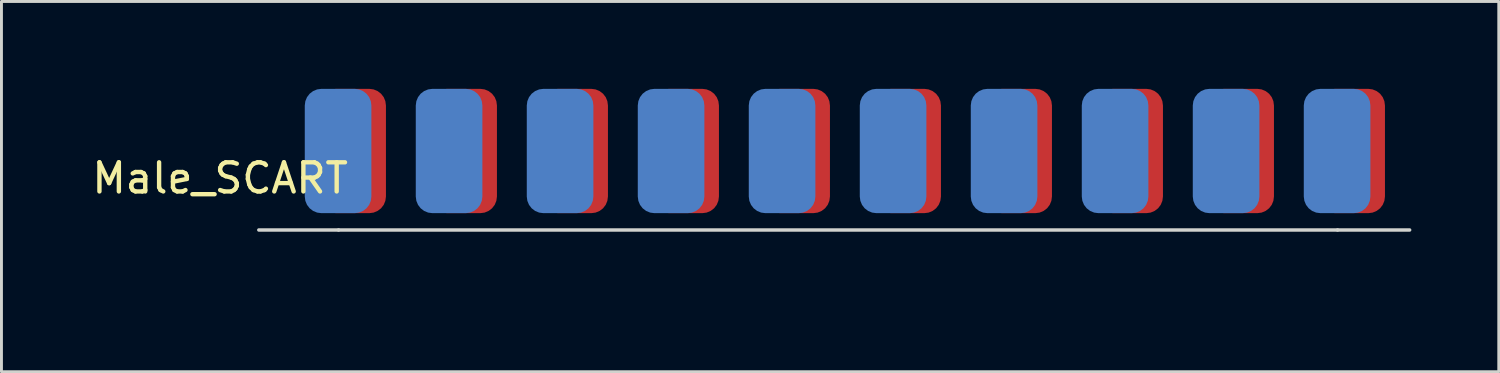
<source format=kicad_pcb>
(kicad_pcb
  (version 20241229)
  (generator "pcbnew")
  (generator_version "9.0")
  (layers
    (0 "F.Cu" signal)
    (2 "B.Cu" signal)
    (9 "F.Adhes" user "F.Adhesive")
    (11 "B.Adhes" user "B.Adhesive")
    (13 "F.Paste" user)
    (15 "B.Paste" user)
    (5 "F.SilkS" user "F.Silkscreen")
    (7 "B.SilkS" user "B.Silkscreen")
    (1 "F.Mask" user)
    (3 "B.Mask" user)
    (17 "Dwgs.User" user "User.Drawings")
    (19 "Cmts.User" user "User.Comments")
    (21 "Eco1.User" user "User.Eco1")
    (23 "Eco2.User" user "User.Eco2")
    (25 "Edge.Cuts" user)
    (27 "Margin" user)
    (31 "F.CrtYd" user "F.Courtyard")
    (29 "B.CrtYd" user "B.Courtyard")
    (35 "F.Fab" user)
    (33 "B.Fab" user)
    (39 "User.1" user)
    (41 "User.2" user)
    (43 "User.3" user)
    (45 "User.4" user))
  (footprint "Male_SCART"
    (layer "F.Cu")
    (at 8.57 4.844)
    (property "Reference" "Male_SCART" (at -4.064 -1.778 0) (unlocked yes) (layer "F.SilkS") (effects (font (size 1 1) (thickness 0.15))))
    (attr smd)
    (fp_line (start 0 0) (end -2.736 0) (stroke (width 0.12) (type default)) (layer "Edge.Cuts"))
    (fp_line (start 0 0) (end 34.29 0) (stroke (width 0.12) (type solid)) (layer "Edge.Cuts"))
    (fp_line (start 34.29 0) (end 36.764 0) (stroke (width 0.12) (type default)) (layer "Edge.Cuts"))
    (fp_text user "PCB MARGIN" (at 17.272 1.016 0) (unlocked yes) (layer "User.1") (effects (font (size 1 1) (thickness 0.15))))
    (pad "1" smd roundrect (at 34.774 -2.711) (size 2.286 4.267) (layers "F.Cu" "F.Mask" "F.Paste") (roundrect_rratio 0.25))
    (pad "2" smd roundrect (at 34.274 -2.711) (size 2.286 4.267) (layers "B.Cu" "B.Mask" "B.Paste") (roundrect_rratio 0.25))
    (pad "3" smd roundrect (at 30.964 -2.711) (size 2.286 4.267) (layers "F.Cu" "F.Mask" "F.Paste") (roundrect_rratio 0.25))
    (pad "4" smd roundrect (at 30.464 -2.711) (size 2.286 4.267) (layers "B.Cu" "B.Mask" "B.Paste") (roundrect_rratio 0.25))
    (pad "5" smd roundrect (at 27.154 -2.711) (size 2.286 4.267) (layers "F.Cu" "F.Mask" "F.Paste") (roundrect_rratio 0.25))
    (pad "6" smd roundrect (at 26.654 -2.711) (size 2.286 4.267) (layers "B.Cu" "B.Mask" "B.Paste") (roundrect_rratio 0.25))
    (pad "7" smd roundrect (at 23.344 -2.711) (size 2.286 4.267) (layers "F.Cu" "F.Mask" "F.Paste") (roundrect_rratio 0.25))
    (pad "8" smd roundrect (at 22.844 -2.711) (size 2.286 4.267) (layers "B.Cu" "B.Mask" "B.Paste") (roundrect_rratio 0.25))
    (pad "9" smd roundrect (at 19.534 -2.711) (size 2.286 4.267) (layers "F.Cu" "F.Mask" "F.Paste") (roundrect_rratio 0.25))
    (pad "10" smd roundrect (at 19.034 -2.711) (size 2.286 4.267) (layers "B.Cu" "B.Mask" "B.Paste") (roundrect_rratio 0.25))
    (pad "11" smd roundrect (at 15.724 -2.711) (size 2.286 4.267) (layers "F.Cu" "F.Mask" "F.Paste") (roundrect_rratio 0.25))
    (pad "12" smd roundrect (at 15.224 -2.711) (size 2.286 4.267) (layers "B.Cu" "B.Mask" "B.Paste") (roundrect_rratio 0.25))
    (pad "13" smd roundrect (at 11.914 -2.711) (size 2.286 4.267) (layers "F.Cu" "F.Mask" "F.Paste") (roundrect_rratio 0.25))
    (pad "14" smd roundrect (at 11.414 -2.711) (size 2.286 4.267) (layers "B.Cu" "B.Mask" "B.Paste") (roundrect_rratio 0.25))
    (pad "15" smd roundrect (at 8.104 -2.711) (size 2.286 4.267) (layers "F.Cu" "F.Mask" "F.Paste") (roundrect_rratio 0.25))
    (pad "16" smd roundrect (at 7.604 -2.711) (size 2.286 4.267) (layers "B.Cu" "B.Mask" "B.Paste") (roundrect_rratio 0.25))
    (pad "17" smd roundrect (at 4.294 -2.711) (size 2.286 4.267) (layers "F.Cu" "F.Mask" "F.Paste") (roundrect_rratio 0.25))
    (pad "18" smd roundrect (at 3.794 -2.711) (size 2.286 4.267) (layers "B.Cu" "B.Mask" "B.Paste") (roundrect_rratio 0.25))
    (pad "19" smd roundrect (at 0.484 -2.711) (size 2.286 4.267) (layers "F.Cu" "F.Mask" "F.Paste") (roundrect_rratio 0.25))
    (pad "20" smd roundrect (at -0.016 -2.711) (size 2.286 4.267) (layers "B.Cu" "B.Mask" "B.Paste") (roundrect_rratio 0.25)))
  (gr_rect
    (start -3 -3)
    (end 48.394 9.708)
    (stroke (width 0.1) (type default))
    (fill no)
    (layer "Edge.Cuts")))
</source>
